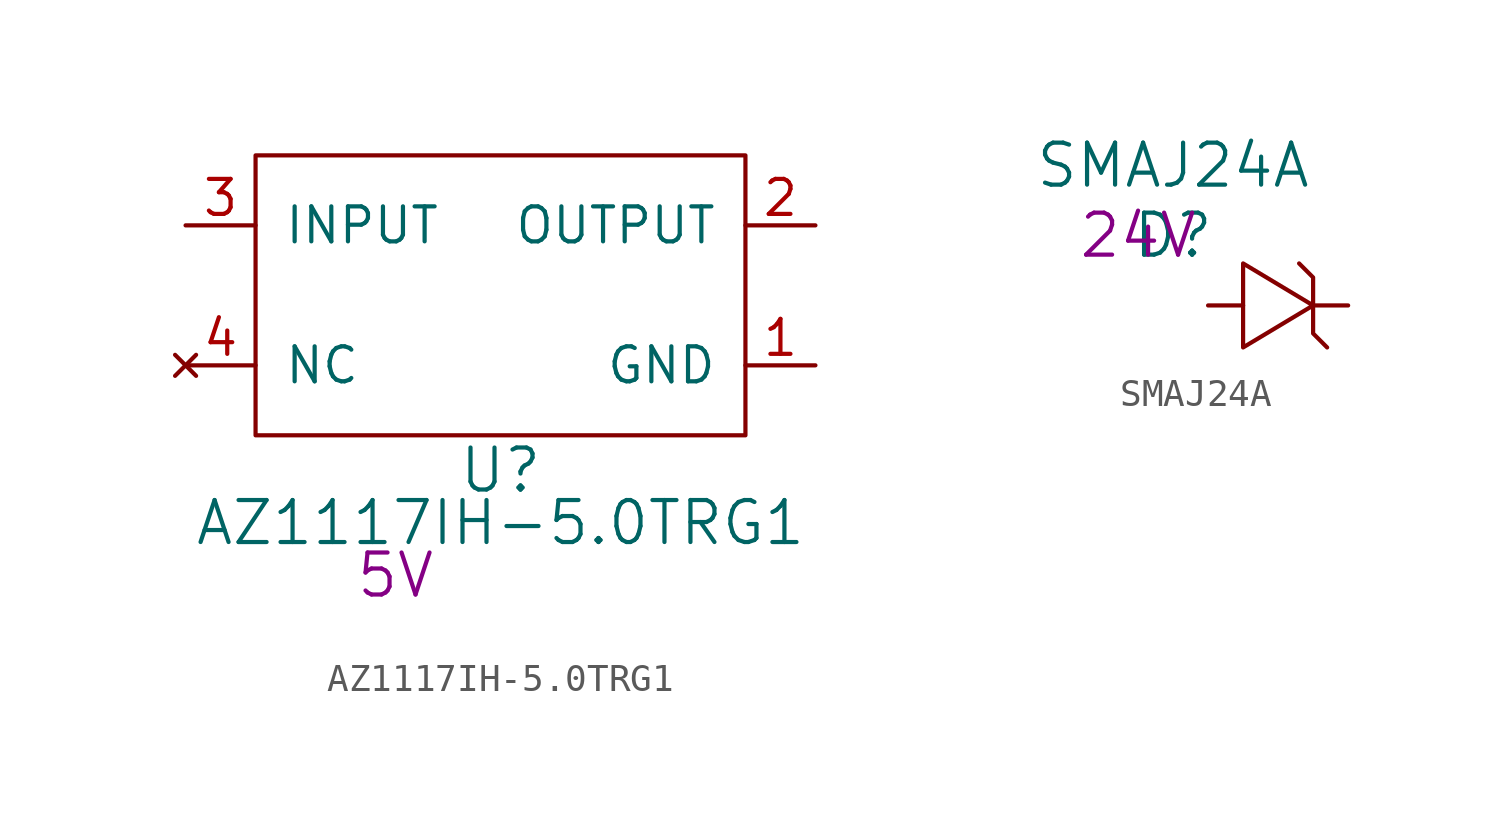
<source format=kicad_sym>
(kicad_symbol_lib
  (version 20220914)
  (generator kicad_symbol_editor)
  (symbol "AZ1117IH-5.0TRG1"
    (pin_names
      (offset 1.016))
    (property "Reference" "U"
      (at 8.89 -1.27 0)
      (effects (font (size 1.524 1.524))))
    (property "Value" "AZ1117IH-5.0TRG1"
      (at 8.89 -3.175 0)
      (effects (font (size 1.524 1.524))))
    (property "Vout" "5V"
      (at 5.08 -5.08 0)
      (effects (font (size 1.524 1.524))))
    (symbol "AZ1117IH-5.0TRG1_1_1"
      (rectangle (start 0 10.16) (end 17.78 0) (stroke (width 0) (type solid)) (fill (type none)))
      (pin power_in line (at 20.32 2.54 180) (length 2.54) (name "GND" (effects (font (size 1.27 1.27)))) (number "1" (effects (font (size 1.27 1.27)))))
      (pin power_out line (at 20.32 7.62 180) (length 2.54) (name "OUTPUT" (effects (font (size 1.27 1.27)))) (number "2" (effects (font (size 1.27 1.27)))))
      (pin power_in line (at -2.54 7.62 0) (length 2.54) (name "INPUT" (effects (font (size 1.27 1.27)))) (number "3" (effects (font (size 1.27 1.27)))))
      (pin no_connect line (at -2.54 2.54 0) (length 2.54) (name "NC" (effects (font (size 1.27 1.27)))) (number "4" (effects (font (size 1.27 1.27)))))))
  (symbol "SMAJ24A"
    (pin_numbers hide)
    (pin_names
      (offset 1.016) hide)
    (property "Reference" "D"
      (at -1.27 5.08 0)
      (effects (font (size 1.524 1.524))))
    (property "Value" "SMAJ24A"
      (at -1.27 7.62 0)
      (effects (font (size 1.524 1.524))))
    (property "Voltage" "24V"
      (at -2.54 5.08 0)
      (effects (font (size 1.524 1.524))))
    (symbol "SMAJ24A_0_1"
      (polyline (pts (xy 3.302 4.064) (xy 3.81 3.556) (xy 3.81 1.524) (xy 4.318 1.016)) (stroke (width 0) (type solid)) (fill (type none)))
      (polyline (pts (xy 1.27 2.54) (xy 1.27 4.064) (xy 3.81 2.54) (xy 1.27 1.016) (xy 1.27 2.54)) (stroke (width 0) (type solid)) (fill (type none))))
    (symbol "SMAJ24A_1_1"
      (pin passive line (at 0 2.54 0) (length 1.27) (name "A" (effects (font (size 1.27 1.27)))) (number "A" (effects (font (size 1.27 1.27)))))
      (pin passive line (at 5.08 2.54 180) (length 1.27) (name "C" (effects (font (size 1.27 1.27)))) (number "C" (effects (font (size 1.27 1.27))))))))
</source>
